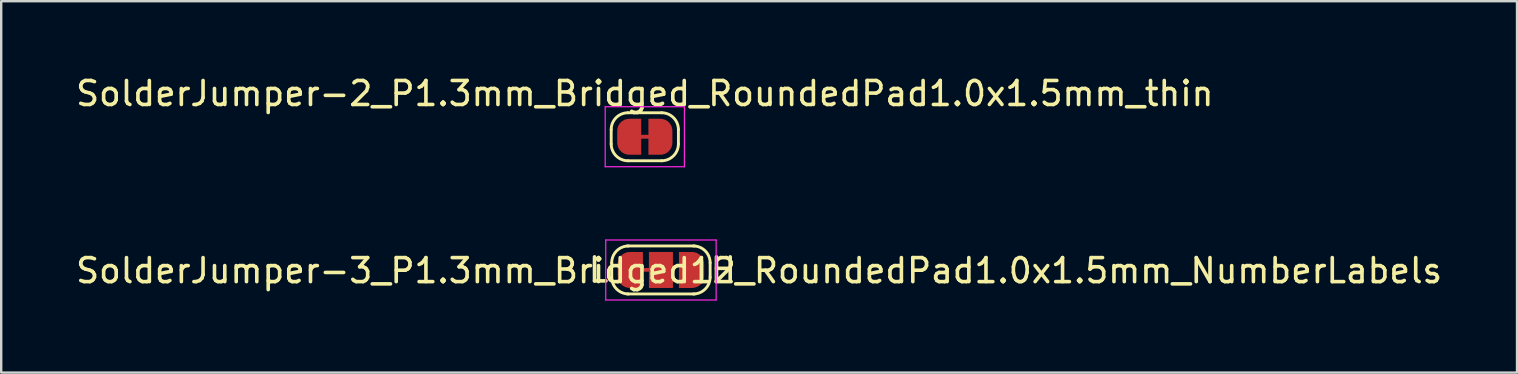
<source format=kicad_pcb>
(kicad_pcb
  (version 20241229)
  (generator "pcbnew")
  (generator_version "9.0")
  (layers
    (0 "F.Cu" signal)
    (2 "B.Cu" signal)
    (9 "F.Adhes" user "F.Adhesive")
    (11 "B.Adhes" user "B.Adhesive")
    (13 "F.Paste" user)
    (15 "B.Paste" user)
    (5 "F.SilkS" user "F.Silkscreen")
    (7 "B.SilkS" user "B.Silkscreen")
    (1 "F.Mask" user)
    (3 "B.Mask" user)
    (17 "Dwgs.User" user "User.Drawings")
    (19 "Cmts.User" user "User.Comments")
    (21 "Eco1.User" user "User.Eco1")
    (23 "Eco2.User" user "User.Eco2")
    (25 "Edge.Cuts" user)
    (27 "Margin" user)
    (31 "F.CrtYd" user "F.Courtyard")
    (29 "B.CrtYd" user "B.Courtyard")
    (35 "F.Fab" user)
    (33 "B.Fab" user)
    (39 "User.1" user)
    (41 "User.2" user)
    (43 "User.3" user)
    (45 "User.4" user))
  (footprint "SolderJumper-3_P1.3mm_Bridged12_RoundedPad1.0x1.5mm_NumberLabels"
    (layer "F.Cu")
    (at 24.487 8.198)
    (property "Reference" "SolderJumper-3_P1.3mm_Bridged12_RoundedPad1.0x1.5mm_NumberLabels" (at 4.09 0.03 180) (layer "F.SilkS") (effects (font (size 1 1) (thickness 0.15))))
    (attr exclude_from_pos_files exclude_from_bom allow_soldermask_bridges)
    (fp_poly (pts (xy -0.891 -0.08) (xy -0.391 -0.08) (xy -0.39 0.07) (xy -0.89 0.07)) (stroke (width 0) (type solid)) (fill yes) (layer "F.Cu"))
    (fp_rect (start -0.75 -0.75) (end 0.75 0.75) (stroke (width 0) (type default)) (fill yes) (layer "F.Mask"))
    (fp_line (start -2.05 0.3) (end -2.05 -0.3) (stroke (width 0.12) (type solid)) (layer "F.SilkS"))
    (fp_line (start -1.4 -1) (end 1.4 -1) (stroke (width 0.12) (type solid)) (layer "F.SilkS"))
    (fp_line (start 1.4 1) (end -1.4 1) (stroke (width 0.12) (type solid)) (layer "F.SilkS"))
    (fp_line (start 2.05 -0.3) (end 2.05 0.3) (stroke (width 0.12) (type solid)) (layer "F.SilkS"))
    (fp_arc (start -2.05 -0.3) (mid -1.844975 -0.794975) (end -1.35 -1) (stroke (width 0.12) (type solid)) (layer "F.SilkS"))
    (fp_arc (start -1.35 1) (mid -1.844975 0.794975) (end -2.05 0.3) (stroke (width 0.12) (type solid)) (layer "F.SilkS"))
    (fp_arc (start 1.35 -1) (mid 1.844975 -0.794975) (end 2.05 -0.3) (stroke (width 0.12) (type solid)) (layer "F.SilkS"))
    (fp_arc (start 2.05 0.3) (mid 1.844975 0.794975) (end 1.35 1) (stroke (width 0.12) (type solid)) (layer "F.SilkS"))
    (fp_line (start -2.3 -1.25) (end -2.3 1.25) (stroke (width 0.05) (type solid)) (layer "F.CrtYd"))
    (fp_line (start -2.3 -1.25) (end 2.3 -1.25) (stroke (width 0.05) (type solid)) (layer "F.CrtYd"))
    (fp_line (start 2.3 1.25) (end -2.3 1.25) (stroke (width 0.05) (type solid)) (layer "F.CrtYd"))
    (fp_line (start 2.3 1.25) (end 2.3 -1.25) (stroke (width 0.05) (type solid)) (layer "F.CrtYd"))
    (fp_text user "H" (at 2.6 0 180) (layer "F.SilkS") (effects (font (size 1 1) (thickness 0.15))))
    (fp_text user "L" (at -2.6 0 180) (layer "F.SilkS") (effects (font (size 1 1) (thickness 0.15))))
    (pad "1" smd custom (at -1.3 0) (size 1 0.5) (layers "F.Cu" "F.Mask") (options (anchor rect)) (primitives (gr_poly (pts (xy 0.55 0.75) (xy 0 0.75) (xy 0 -0.75) (xy 0.55 -0.75)) (width 0) (fill yes)) (gr_circle (center 0 0.25) (end 0.5 0.25) (width 0) (fill yes)) (gr_circle (center 0 -0.25) (end 0.5 -0.25) (width 0) (fill yes))))
    (pad "2" smd rect (at 0 0) (size 1 1.5) (layers "F.Cu" "F.Mask"))
    (pad "3" smd custom (at 1.3 0) (size 1 0.5) (layers "F.Cu" "F.Mask") (options (anchor rect)) (primitives (gr_circle (center 0 0.25) (end 0.5 0.25) (width 0) (fill yes)) (gr_circle (center 0 -0.25) (end 0.5 -0.25) (width 0) (fill yes)) (gr_poly (pts (xy 0 0.75) (xy -0.55 0.75) (xy -0.55 -0.75) (xy 0 -0.75)) (width 0) (fill yes)))))
  (footprint "SolderJumper-2_P1.3mm_Bridged_RoundedPad1.0x1.5mm_thin"
    (layer "F.Cu")
    (at 23.815 2.648)
    (property "Reference" "SolderJumper-2_P1.3mm_Bridged_RoundedPad1.0x1.5mm_thin" (at 0 -1.8 0) (layer "F.SilkS") (effects (font (size 1 1) (thickness 0.15))))
    (attr exclude_from_pos_files exclude_from_bom allow_soldermask_bridges)
    (fp_poly (pts (xy 0.25 -0.08) (xy -0.25 -0.08) (xy -0.25 0.08) (xy 0.25 0.08)) (stroke (width 0) (type solid)) (fill yes) (layer "F.Cu"))
    (fp_rect (start -0.15 -0.75) (end 0.15 0.75) (stroke (width 0) (type default)) (fill yes) (layer "F.Mask"))
    (fp_line (start -1.4 0.3) (end -1.4 -0.3) (stroke (width 0.12) (type solid)) (layer "F.SilkS"))
    (fp_line (start -0.7 -1) (end 0.7 -1) (stroke (width 0.12) (type solid)) (layer "F.SilkS"))
    (fp_line (start 0.7 1) (end -0.7 1) (stroke (width 0.12) (type solid)) (layer "F.SilkS"))
    (fp_line (start 1.4 -0.3) (end 1.4 0.3) (stroke (width 0.12) (type solid)) (layer "F.SilkS"))
    (fp_arc (start -1.4 -0.3) (mid -1.194975 -0.794975) (end -0.7 -1) (stroke (width 0.12) (type solid)) (layer "F.SilkS"))
    (fp_arc (start -0.7 1) (mid -1.194975 0.794975) (end -1.4 0.3) (stroke (width 0.12) (type solid)) (layer "F.SilkS"))
    (fp_arc (start 0.7 -1) (mid 1.194975 -0.794975) (end 1.4 -0.3) (stroke (width 0.12) (type solid)) (layer "F.SilkS"))
    (fp_arc (start 1.4 0.3) (mid 1.194975 0.794975) (end 0.7 1) (stroke (width 0.12) (type solid)) (layer "F.SilkS"))
    (fp_line (start -1.65 -1.25) (end -1.65 1.25) (stroke (width 0.05) (type solid)) (layer "F.CrtYd"))
    (fp_line (start -1.65 -1.25) (end 1.65 -1.25) (stroke (width 0.05) (type solid)) (layer "F.CrtYd"))
    (fp_line (start 1.65 1.25) (end -1.65 1.25) (stroke (width 0.05) (type solid)) (layer "F.CrtYd"))
    (fp_line (start 1.65 1.25) (end 1.65 -1.25) (stroke (width 0.05) (type solid)) (layer "F.CrtYd"))
    (pad "1" smd custom (at -0.65 0) (size 1 0.5) (layers "F.Cu" "F.Mask") (options (anchor rect)) (primitives (gr_circle (center 0 0.25) (end 0.5 0.25) (width 0) (fill yes)) (gr_circle (center 0 -0.25) (end 0.5 -0.25) (width 0) (fill yes)) (gr_poly (pts (xy 0.5 0.75) (xy 0 0.75) (xy 0 -0.75) (xy 0.5 -0.75)) (width 0) (fill yes))))
    (pad "2" smd custom (at 0.65 0) (size 1 0.5) (layers "F.Cu" "F.Mask") (options (anchor rect)) (primitives (gr_circle (center 0 0.25) (end 0.5 0.25) (width 0) (fill yes)) (gr_circle (center 0 -0.25) (end 0.5 -0.25) (width 0) (fill yes)) (gr_poly (pts (xy 0 0.75) (xy -0.5 0.75) (xy -0.5 -0.75) (xy 0 -0.75)) (width 0) (fill yes)))))
  (gr_rect
    (start -3 -3)
    (end 60.155 12.473)
    (stroke (width 0.1) (type default))
    (fill no)
    (layer "Edge.Cuts")))
</source>
